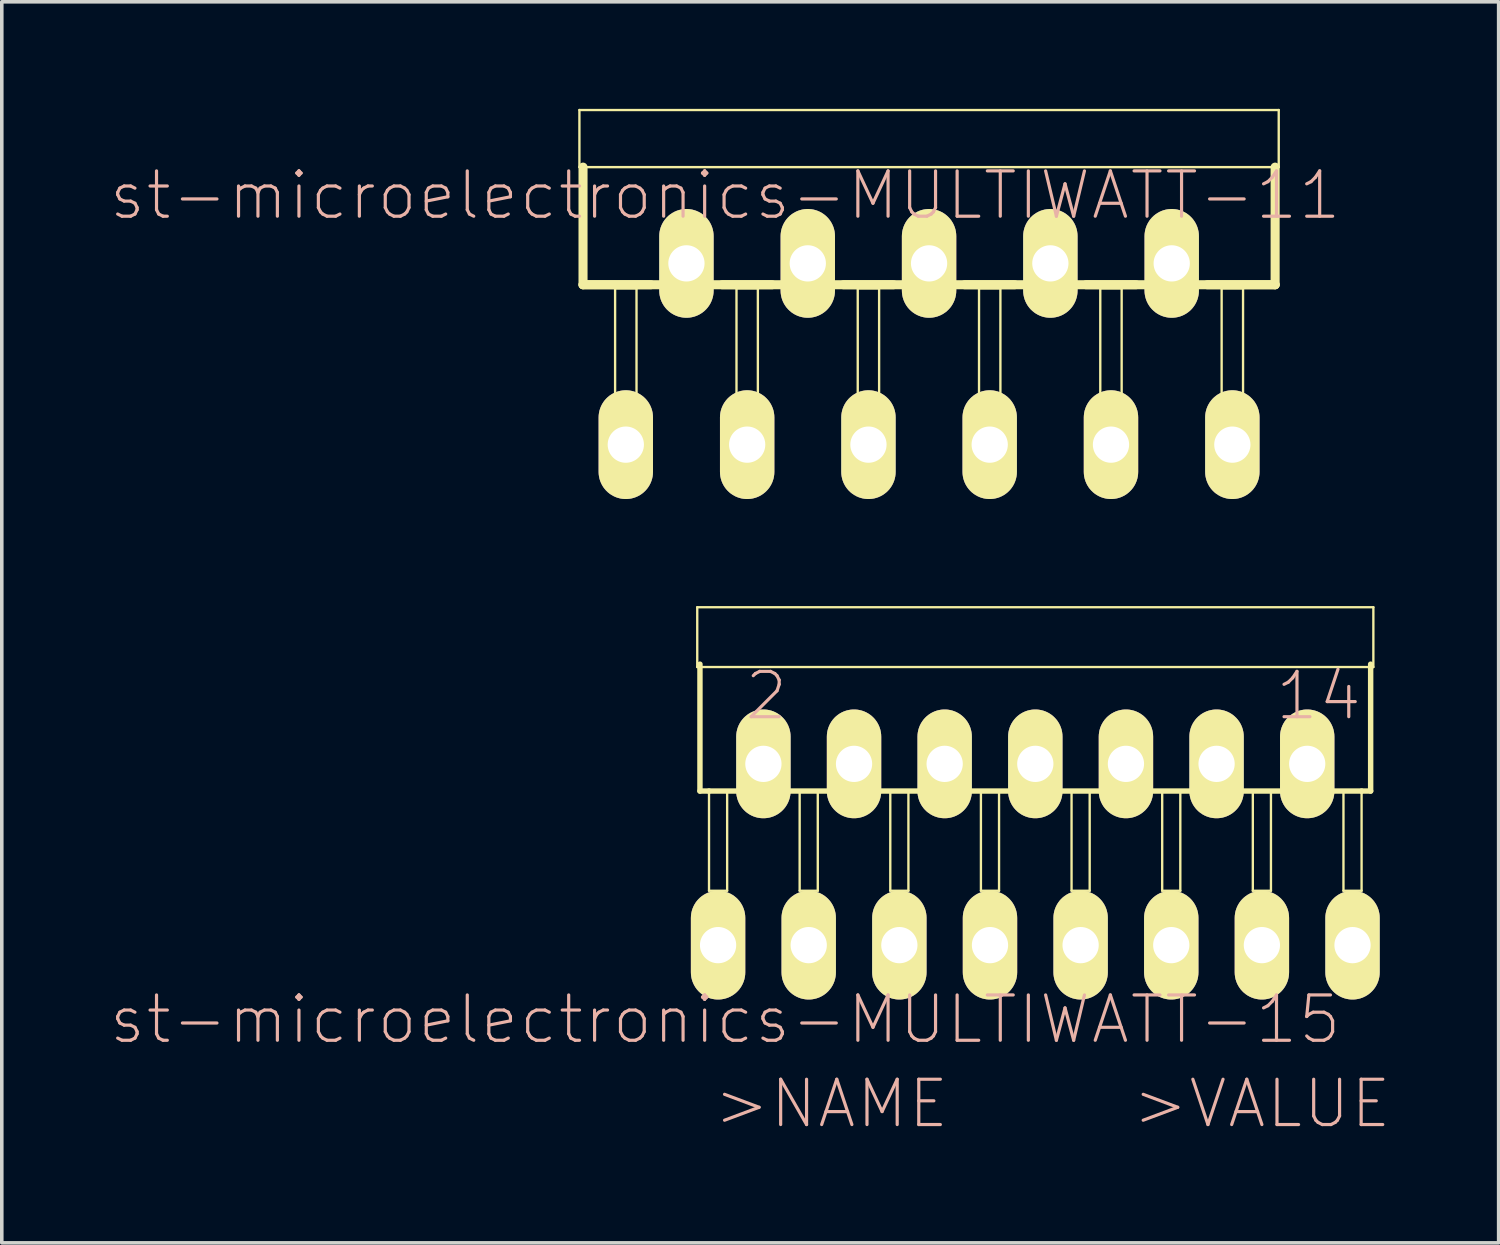
<source format=kicad_pcb>
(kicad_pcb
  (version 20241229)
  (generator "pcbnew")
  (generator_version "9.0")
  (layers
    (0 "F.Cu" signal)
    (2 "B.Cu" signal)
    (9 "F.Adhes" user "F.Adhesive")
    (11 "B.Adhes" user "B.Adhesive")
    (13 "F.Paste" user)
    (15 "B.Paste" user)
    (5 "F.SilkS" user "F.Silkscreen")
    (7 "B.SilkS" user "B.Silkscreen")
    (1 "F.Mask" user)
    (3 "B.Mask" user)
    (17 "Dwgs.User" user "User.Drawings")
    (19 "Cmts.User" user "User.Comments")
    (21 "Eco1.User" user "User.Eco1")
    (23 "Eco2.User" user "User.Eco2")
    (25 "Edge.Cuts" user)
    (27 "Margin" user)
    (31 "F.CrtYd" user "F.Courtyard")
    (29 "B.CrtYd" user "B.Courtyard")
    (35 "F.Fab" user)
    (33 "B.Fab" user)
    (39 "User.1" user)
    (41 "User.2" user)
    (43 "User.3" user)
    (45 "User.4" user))
  (footprint "st-microelectronics-MULTIWATT-15"
    (layer "F.Cu")
    (at 25.964 15.817)
    (property "Reference" "st-microelectronics-MULTIWATT-15" (at -8.692 9.703 0) (layer "B.SilkS") (effects (font (size 1.27 1.27) (thickness 0.089))))
    (attr exclude_from_pos_files exclude_from_bom)
    (fp_line (start -9.474 -1.849) (end 9.474 -1.849) (stroke (width 0.066) (type solid)) (layer "F.SilkS"))
    (fp_line (start -9.474 -0.173) (end -9.474 -1.849) (stroke (width 0.066) (type solid)) (layer "F.SilkS"))
    (fp_line (start -9.474 -0.173) (end 9.474 -0.173) (stroke (width 0.066) (type solid)) (layer "F.SilkS"))
    (fp_line (start -9.398 -0.254) (end -9.398 3.302) (stroke (width 0.152) (type solid)) (layer "F.SilkS"))
    (fp_line (start -9.398 3.302) (end -9.144 3.302) (stroke (width 0.152) (type solid)) (layer "F.SilkS"))
    (fp_line (start -9.144 3.302) (end -8.636 3.302) (stroke (width 0.066) (type solid)) (layer "F.SilkS"))
    (fp_line (start -9.144 3.302) (end 9.144 3.302) (stroke (width 0.152) (type solid)) (layer "F.SilkS"))
    (fp_line (start -9.144 6.096) (end -9.144 3.302) (stroke (width 0.066) (type solid)) (layer "F.SilkS"))
    (fp_line (start -9.144 6.096) (end -8.636 6.096) (stroke (width 0.066) (type solid)) (layer "F.SilkS"))
    (fp_line (start -8.636 6.096) (end -8.636 3.302) (stroke (width 0.066) (type solid)) (layer "F.SilkS"))
    (fp_line (start -6.604 3.302) (end -6.096 3.302) (stroke (width 0.066) (type solid)) (layer "F.SilkS"))
    (fp_line (start -6.604 6.096) (end -6.604 3.302) (stroke (width 0.066) (type solid)) (layer "F.SilkS"))
    (fp_line (start -6.604 6.096) (end -6.096 6.096) (stroke (width 0.066) (type solid)) (layer "F.SilkS"))
    (fp_line (start -6.096 6.096) (end -6.096 3.302) (stroke (width 0.066) (type solid)) (layer "F.SilkS"))
    (fp_line (start -4.064 3.302) (end -3.556 3.302) (stroke (width 0.066) (type solid)) (layer "F.SilkS"))
    (fp_line (start -4.064 6.096) (end -4.064 3.302) (stroke (width 0.066) (type solid)) (layer "F.SilkS"))
    (fp_line (start -4.064 6.096) (end -3.556 6.096) (stroke (width 0.066) (type solid)) (layer "F.SilkS"))
    (fp_line (start -3.556 6.096) (end -3.556 3.302) (stroke (width 0.066) (type solid)) (layer "F.SilkS"))
    (fp_line (start -1.524 3.302) (end -1.016 3.302) (stroke (width 0.066) (type solid)) (layer "F.SilkS"))
    (fp_line (start -1.524 6.096) (end -1.524 3.302) (stroke (width 0.066) (type solid)) (layer "F.SilkS"))
    (fp_line (start -1.524 6.096) (end -1.016 6.096) (stroke (width 0.066) (type solid)) (layer "F.SilkS"))
    (fp_line (start -1.016 6.096) (end -1.016 3.302) (stroke (width 0.066) (type solid)) (layer "F.SilkS"))
    (fp_line (start 1.016 3.302) (end 1.524 3.302) (stroke (width 0.066) (type solid)) (layer "F.SilkS"))
    (fp_line (start 1.016 6.096) (end 1.016 3.302) (stroke (width 0.066) (type solid)) (layer "F.SilkS"))
    (fp_line (start 1.016 6.096) (end 1.524 6.096) (stroke (width 0.066) (type solid)) (layer "F.SilkS"))
    (fp_line (start 1.524 6.096) (end 1.524 3.302) (stroke (width 0.066) (type solid)) (layer "F.SilkS"))
    (fp_line (start 3.556 3.302) (end 4.064 3.302) (stroke (width 0.066) (type solid)) (layer "F.SilkS"))
    (fp_line (start 3.556 6.096) (end 3.556 3.302) (stroke (width 0.066) (type solid)) (layer "F.SilkS"))
    (fp_line (start 3.556 6.096) (end 4.064 6.096) (stroke (width 0.066) (type solid)) (layer "F.SilkS"))
    (fp_line (start 4.064 6.096) (end 4.064 3.302) (stroke (width 0.066) (type solid)) (layer "F.SilkS"))
    (fp_line (start 6.096 3.302) (end 6.604 3.302) (stroke (width 0.066) (type solid)) (layer "F.SilkS"))
    (fp_line (start 6.096 6.096) (end 6.096 3.302) (stroke (width 0.066) (type solid)) (layer "F.SilkS"))
    (fp_line (start 6.096 6.096) (end 6.604 6.096) (stroke (width 0.066) (type solid)) (layer "F.SilkS"))
    (fp_line (start 6.604 6.096) (end 6.604 3.302) (stroke (width 0.066) (type solid)) (layer "F.SilkS"))
    (fp_line (start 8.636 3.302) (end 9.144 3.302) (stroke (width 0.066) (type solid)) (layer "F.SilkS"))
    (fp_line (start 8.636 6.096) (end 8.636 3.302) (stroke (width 0.066) (type solid)) (layer "F.SilkS"))
    (fp_line (start 8.636 6.096) (end 9.144 6.096) (stroke (width 0.066) (type solid)) (layer "F.SilkS"))
    (fp_line (start 9.144 3.302) (end 9.398 3.302) (stroke (width 0.152) (type solid)) (layer "F.SilkS"))
    (fp_line (start 9.144 6.096) (end 9.144 3.302) (stroke (width 0.066) (type solid)) (layer "F.SilkS"))
    (fp_line (start 9.398 -0.254) (end 9.398 3.302) (stroke (width 0.152) (type solid)) (layer "F.SilkS"))
    (fp_line (start 9.474 -0.173) (end 9.474 -1.849) (stroke (width 0.066) (type solid)) (layer "F.SilkS"))
    (fp_text user ">NAME" (at -5.715 12.065 0) (layer "B.SilkS") (effects (font (size 1.27 1.27) (thickness 0.089))))
    (fp_text user "2" (at -7.541 0.635 0) (layer "B.SilkS") (effects (font (size 1.27 1.27) (thickness 0.089))))
    (fp_text user "14" (at 7.938 0.635 0) (layer "B.SilkS") (effects (font (size 1.27 1.27) (thickness 0.089))))
    (fp_text user ">VALUE" (at 6.35 12.065 0) (layer "B.SilkS") (effects (font (size 1.27 1.27) (thickness 0.089))))
    (pad "1" thru_hole oval (at -8.89 7.62) (size 1.524 3.048) (drill 1.016) (layers "*.Cu" "F.Mask" "F.SilkS" "F.Paste"))
    (pad "2" thru_hole oval (at -7.62 2.54) (size 1.524 3.048) (drill 1.016) (layers "*.Cu" "F.Mask" "F.SilkS" "F.Paste"))
    (pad "3" thru_hole oval (at -6.35 7.62) (size 1.524 3.048) (drill 1.016) (layers "*.Cu" "F.Mask" "F.SilkS" "F.Paste"))
    (pad "4" thru_hole oval (at -5.08 2.54) (size 1.524 3.048) (drill 1.016) (layers "*.Cu" "F.Mask" "F.SilkS" "F.Paste"))
    (pad "5" thru_hole oval (at -3.81 7.62) (size 1.524 3.048) (drill 1.016) (layers "*.Cu" "F.Mask" "F.SilkS" "F.Paste"))
    (pad "6" thru_hole oval (at -2.54 2.54) (size 1.524 3.048) (drill 1.016) (layers "*.Cu" "F.Mask" "F.SilkS" "F.Paste"))
    (pad "7" thru_hole oval (at -1.27 7.62) (size 1.524 3.048) (drill 1.016) (layers "*.Cu" "F.Mask" "F.SilkS" "F.Paste"))
    (pad "8" thru_hole oval (at 0 2.54) (size 1.524 3.048) (drill 1.016) (layers "*.Cu" "F.Mask" "F.SilkS" "F.Paste"))
    (pad "9" thru_hole oval (at 1.27 7.62) (size 1.524 3.048) (drill 1.016) (layers "*.Cu" "F.Mask" "F.SilkS" "F.Paste"))
    (pad "10" thru_hole oval (at 2.54 2.54) (size 1.524 3.048) (drill 1.016) (layers "*.Cu" "F.Mask" "F.SilkS" "F.Paste"))
    (pad "11" thru_hole oval (at 3.81 7.62) (size 1.524 3.048) (drill 1.016) (layers "*.Cu" "F.Mask" "F.SilkS" "F.Paste"))
    (pad "12" thru_hole oval (at 5.08 2.54) (size 1.524 3.048) (drill 1.016) (layers "*.Cu" "F.Mask" "F.SilkS" "F.Paste"))
    (pad "13" thru_hole oval (at 6.35 7.62) (size 1.524 3.048) (drill 1.016) (layers "*.Cu" "F.Mask" "F.SilkS" "F.Paste"))
    (pad "14" thru_hole oval (at 7.62 2.54) (size 1.524 3.048) (drill 1.016) (layers "*.Cu" "F.Mask" "F.SilkS" "F.Paste"))
    (pad "15" thru_hole oval (at 8.89 7.62) (size 1.524 3.048) (drill 1.016) (layers "*.Cu" "F.Mask" "F.SilkS" "F.Paste")))
  (footprint "st-microelectronics-MULTIWATT-11"
    (layer "F.Cu")
    (at 22.987 3.061)
    (property "Reference" "st-microelectronics-MULTIWATT-11" (at -5.715 -0.635 0) (layer "B.SilkS") (effects (font (size 1.27 1.27) (thickness 0.089))))
    (attr exclude_from_pos_files exclude_from_bom)
    (fp_line (start -9.799 -3.028) (end 9.799 -3.028) (stroke (width 0.066) (type solid)) (layer "F.SilkS"))
    (fp_line (start -9.799 -1.427) (end -9.799 -3.028) (stroke (width 0.066) (type solid)) (layer "F.SilkS"))
    (fp_line (start -9.799 -1.427) (end 9.799 -1.427) (stroke (width 0.066) (type solid)) (layer "F.SilkS"))
    (fp_line (start -9.698 1.869) (end -9.698 -1.427) (stroke (width 0.254) (type solid)) (layer "F.SilkS"))
    (fp_line (start -9.698 1.869) (end -7.798 1.869) (stroke (width 0.254) (type solid)) (layer "F.SilkS"))
    (fp_line (start -9.698 1.869) (end 9.698 1.869) (stroke (width 0.254) (type solid)) (layer "F.SilkS"))
    (fp_line (start -8.799 1.968) (end -8.199 1.968) (stroke (width 0.066) (type solid)) (layer "F.SilkS"))
    (fp_line (start -8.799 5.37) (end -8.199 5.37) (stroke (width 0.066) (type solid)) (layer "F.SilkS"))
    (fp_line (start -8.799 5.469) (end -8.799 1.968) (stroke (width 0.066) (type solid)) (layer "F.SilkS"))
    (fp_line (start -8.799 5.469) (end -8.199 5.469) (stroke (width 0.066) (type solid)) (layer "F.SilkS"))
    (fp_line (start -8.799 6.568) (end -8.799 5.37) (stroke (width 0.066) (type solid)) (layer "F.SilkS"))
    (fp_line (start -8.799 6.568) (end -8.199 6.568) (stroke (width 0.066) (type solid)) (layer "F.SilkS"))
    (fp_line (start -8.199 5.469) (end -8.199 1.968) (stroke (width 0.066) (type solid)) (layer "F.SilkS"))
    (fp_line (start -8.199 6.568) (end -8.199 5.37) (stroke (width 0.066) (type solid)) (layer "F.SilkS"))
    (fp_line (start -5.799 1.869) (end -4.399 1.869) (stroke (width 0.254) (type solid)) (layer "F.SilkS"))
    (fp_line (start -5.397 1.968) (end -4.798 1.968) (stroke (width 0.066) (type solid)) (layer "F.SilkS"))
    (fp_line (start -5.397 5.37) (end -4.798 5.37) (stroke (width 0.066) (type solid)) (layer "F.SilkS"))
    (fp_line (start -5.397 5.469) (end -5.397 1.968) (stroke (width 0.066) (type solid)) (layer "F.SilkS"))
    (fp_line (start -5.397 5.469) (end -4.798 5.469) (stroke (width 0.066) (type solid)) (layer "F.SilkS"))
    (fp_line (start -5.397 6.568) (end -5.397 5.37) (stroke (width 0.066) (type solid)) (layer "F.SilkS"))
    (fp_line (start -5.397 6.568) (end -4.798 6.568) (stroke (width 0.066) (type solid)) (layer "F.SilkS"))
    (fp_line (start -4.798 5.469) (end -4.798 1.968) (stroke (width 0.066) (type solid)) (layer "F.SilkS"))
    (fp_line (start -4.798 6.568) (end -4.798 5.37) (stroke (width 0.066) (type solid)) (layer "F.SilkS"))
    (fp_line (start -2.398 1.869) (end -0.998 1.869) (stroke (width 0.254) (type solid)) (layer "F.SilkS"))
    (fp_line (start -1.999 1.968) (end -1.4 1.968) (stroke (width 0.066) (type solid)) (layer "F.SilkS"))
    (fp_line (start -1.999 5.37) (end -1.4 5.37) (stroke (width 0.066) (type solid)) (layer "F.SilkS"))
    (fp_line (start -1.999 5.469) (end -1.999 1.968) (stroke (width 0.066) (type solid)) (layer "F.SilkS"))
    (fp_line (start -1.999 5.469) (end -1.4 5.469) (stroke (width 0.066) (type solid)) (layer "F.SilkS"))
    (fp_line (start -1.999 6.568) (end -1.999 5.37) (stroke (width 0.066) (type solid)) (layer "F.SilkS"))
    (fp_line (start -1.999 6.568) (end -1.4 6.568) (stroke (width 0.066) (type solid)) (layer "F.SilkS"))
    (fp_line (start -1.4 5.469) (end -1.4 1.968) (stroke (width 0.066) (type solid)) (layer "F.SilkS"))
    (fp_line (start -1.4 6.568) (end -1.4 5.37) (stroke (width 0.066) (type solid)) (layer "F.SilkS"))
    (fp_line (start 0.998 1.869) (end 2.398 1.869) (stroke (width 0.254) (type solid)) (layer "F.SilkS"))
    (fp_line (start 1.4 1.968) (end 1.999 1.968) (stroke (width 0.066) (type solid)) (layer "F.SilkS"))
    (fp_line (start 1.4 5.37) (end 1.999 5.37) (stroke (width 0.066) (type solid)) (layer "F.SilkS"))
    (fp_line (start 1.4 5.469) (end 1.4 1.968) (stroke (width 0.066) (type solid)) (layer "F.SilkS"))
    (fp_line (start 1.4 5.469) (end 1.999 5.469) (stroke (width 0.066) (type solid)) (layer "F.SilkS"))
    (fp_line (start 1.4 6.568) (end 1.4 5.37) (stroke (width 0.066) (type solid)) (layer "F.SilkS"))
    (fp_line (start 1.4 6.568) (end 1.999 6.568) (stroke (width 0.066) (type solid)) (layer "F.SilkS"))
    (fp_line (start 1.999 5.469) (end 1.999 1.968) (stroke (width 0.066) (type solid)) (layer "F.SilkS"))
    (fp_line (start 1.999 6.568) (end 1.999 5.37) (stroke (width 0.066) (type solid)) (layer "F.SilkS"))
    (fp_line (start 4.399 1.869) (end 5.799 1.869) (stroke (width 0.254) (type solid)) (layer "F.SilkS"))
    (fp_line (start 4.798 1.968) (end 5.397 1.968) (stroke (width 0.066) (type solid)) (layer "F.SilkS"))
    (fp_line (start 4.798 5.37) (end 5.397 5.37) (stroke (width 0.066) (type solid)) (layer "F.SilkS"))
    (fp_line (start 4.798 5.469) (end 4.798 1.968) (stroke (width 0.066) (type solid)) (layer "F.SilkS"))
    (fp_line (start 4.798 5.469) (end 5.397 5.469) (stroke (width 0.066) (type solid)) (layer "F.SilkS"))
    (fp_line (start 4.798 6.568) (end 4.798 5.37) (stroke (width 0.066) (type solid)) (layer "F.SilkS"))
    (fp_line (start 4.798 6.568) (end 5.397 6.568) (stroke (width 0.066) (type solid)) (layer "F.SilkS"))
    (fp_line (start 5.397 5.469) (end 5.397 1.968) (stroke (width 0.066) (type solid)) (layer "F.SilkS"))
    (fp_line (start 5.397 6.568) (end 5.397 5.37) (stroke (width 0.066) (type solid)) (layer "F.SilkS"))
    (fp_line (start 7.798 1.869) (end 9.698 1.869) (stroke (width 0.254) (type solid)) (layer "F.SilkS"))
    (fp_line (start 8.199 1.968) (end 8.799 1.968) (stroke (width 0.066) (type solid)) (layer "F.SilkS"))
    (fp_line (start 8.199 5.37) (end 8.799 5.37) (stroke (width 0.066) (type solid)) (layer "F.SilkS"))
    (fp_line (start 8.199 5.469) (end 8.199 1.968) (stroke (width 0.066) (type solid)) (layer "F.SilkS"))
    (fp_line (start 8.199 5.469) (end 8.799 5.469) (stroke (width 0.066) (type solid)) (layer "F.SilkS"))
    (fp_line (start 8.199 6.568) (end 8.199 5.37) (stroke (width 0.066) (type solid)) (layer "F.SilkS"))
    (fp_line (start 8.199 6.568) (end 8.799 6.568) (stroke (width 0.066) (type solid)) (layer "F.SilkS"))
    (fp_line (start 8.799 5.469) (end 8.799 1.968) (stroke (width 0.066) (type solid)) (layer "F.SilkS"))
    (fp_line (start 8.799 6.568) (end 8.799 5.37) (stroke (width 0.066) (type solid)) (layer "F.SilkS"))
    (fp_line (start 9.698 1.869) (end 9.698 -1.427) (stroke (width 0.254) (type solid)) (layer "F.SilkS"))
    (fp_line (start 9.799 -1.427) (end 9.799 -3.028) (stroke (width 0.066) (type solid)) (layer "F.SilkS"))
    (pad "1" thru_hole oval (at -8.499 6.35) (size 1.524 3.048) (drill 1.016) (layers "*.Cu" "F.Mask" "F.SilkS" "F.Paste"))
    (pad "2" thru_hole oval (at -6.8 1.27) (size 1.524 3.048) (drill 1.016) (layers "*.Cu" "F.Mask" "F.SilkS" "F.Paste"))
    (pad "3" thru_hole oval (at -5.098 6.35) (size 1.524 3.048) (drill 1.016) (layers "*.Cu" "F.Mask" "F.SilkS" "F.Paste"))
    (pad "4" thru_hole oval (at -3.399 1.27) (size 1.524 3.048) (drill 1.016) (layers "*.Cu" "F.Mask" "F.SilkS" "F.Paste"))
    (pad "5" thru_hole oval (at -1.699 6.35) (size 1.524 3.048) (drill 1.016) (layers "*.Cu" "F.Mask" "F.SilkS" "F.Paste"))
    (pad "6" thru_hole oval (at 0 1.27) (size 1.524 3.048) (drill 1.016) (layers "*.Cu" "F.Mask" "F.SilkS" "F.Paste"))
    (pad "7" thru_hole oval (at 1.699 6.35) (size 1.524 3.048) (drill 1.016) (layers "*.Cu" "F.Mask" "F.SilkS" "F.Paste"))
    (pad "8" thru_hole oval (at 3.399 1.27) (size 1.524 3.048) (drill 1.016) (layers "*.Cu" "F.Mask" "F.SilkS" "F.Paste"))
    (pad "9" thru_hole oval (at 5.098 6.35) (size 1.524 3.048) (drill 1.016) (layers "*.Cu" "F.Mask" "F.SilkS" "F.Paste"))
    (pad "10" thru_hole oval (at 6.8 1.27) (size 1.524 3.048) (drill 1.016) (layers "*.Cu" "F.Mask" "F.SilkS" "F.Paste"))
    (pad "11" thru_hole oval (at 8.499 6.35) (size 1.524 3.048) (drill 1.016) (layers "*.Cu" "F.Mask" "F.SilkS" "F.Paste")))
  (gr_rect
    (start -3 -3)
    (end 38.949 31.781)
    (stroke (width 0.1) (type default))
    (fill no)
    (layer "Edge.Cuts")))
</source>
